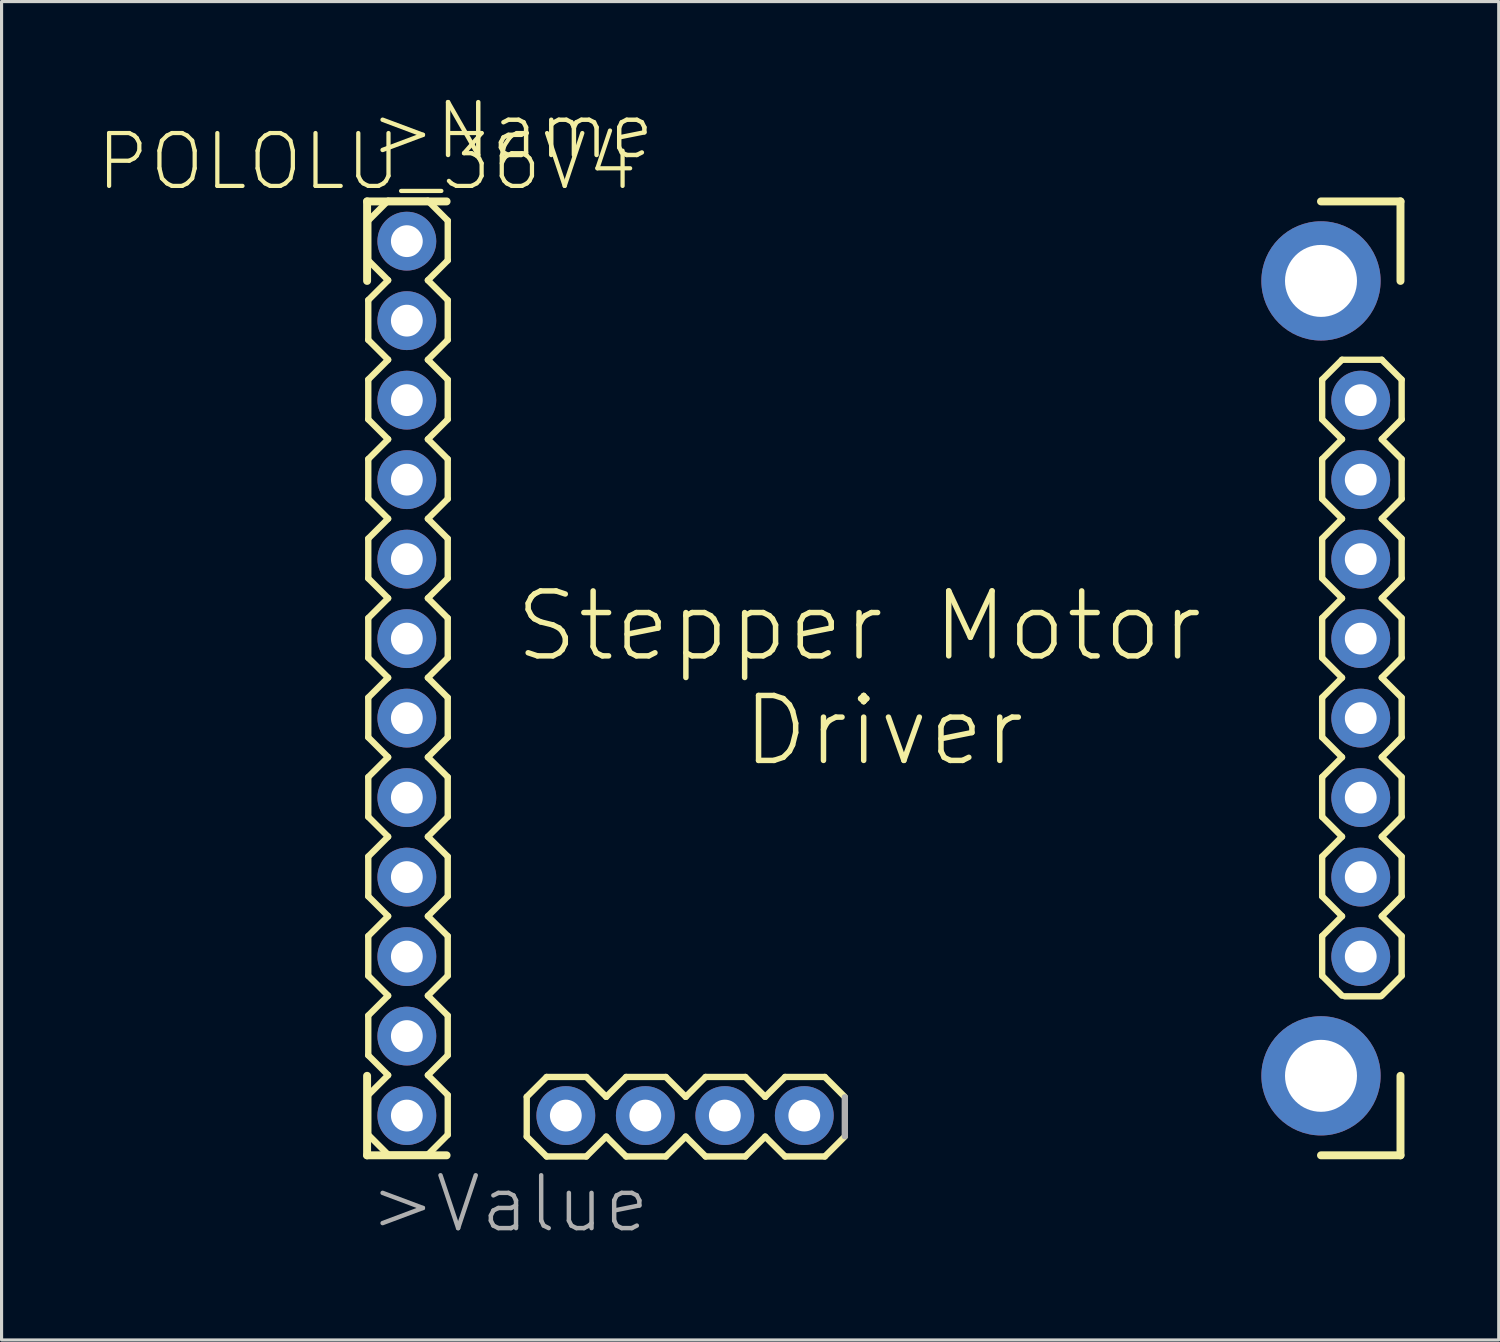
<source format=kicad_pcb>
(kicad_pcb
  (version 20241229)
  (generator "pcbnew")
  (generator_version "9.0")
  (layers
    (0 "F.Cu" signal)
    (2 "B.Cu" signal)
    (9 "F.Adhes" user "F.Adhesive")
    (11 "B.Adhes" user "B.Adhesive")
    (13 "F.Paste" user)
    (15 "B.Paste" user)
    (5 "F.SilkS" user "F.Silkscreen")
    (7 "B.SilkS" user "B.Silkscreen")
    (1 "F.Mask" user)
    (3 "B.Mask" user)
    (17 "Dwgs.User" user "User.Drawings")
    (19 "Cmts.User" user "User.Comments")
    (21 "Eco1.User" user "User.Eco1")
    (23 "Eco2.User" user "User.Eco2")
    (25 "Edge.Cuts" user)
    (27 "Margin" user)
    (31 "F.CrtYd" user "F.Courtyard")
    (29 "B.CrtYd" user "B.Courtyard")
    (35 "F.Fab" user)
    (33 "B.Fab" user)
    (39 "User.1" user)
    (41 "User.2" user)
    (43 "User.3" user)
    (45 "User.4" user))
  (footprint "POLOLU_36V4"
    (layer "F.Cu")
    (at 25.19 18.626)
    (property "Reference" "POLOLU_36V4" (at -16.51 -16.51 0) (layer "F.SilkS") (effects (font (size 1.689 1.689) (thickness 0.135))))
    (attr through_hole)
    (fp_line (start -16.51 -15.24) (end -13.97 -15.24) (stroke (width 0.254) (type solid)) (layer "F.SilkS"))
    (fp_line (start -16.51 -12.7) (end -16.51 -15.24) (stroke (width 0.254) (type solid)) (layer "F.SilkS"))
    (fp_line (start -16.51 15.24) (end -16.51 12.7) (stroke (width 0.254) (type solid)) (layer "F.SilkS"))
    (fp_line (start -16.473 -14.626) (end -15.838 -15.261) (stroke (width 0.203) (type solid)) (layer "F.SilkS"))
    (fp_line (start -16.473 -13.356) (end -16.473 -14.626) (stroke (width 0.203) (type solid)) (layer "F.SilkS"))
    (fp_line (start -16.473 -13.356) (end -15.838 -12.721) (stroke (width 0.203) (type solid)) (layer "F.SilkS"))
    (fp_line (start -16.473 -12.086) (end -15.838 -12.721) (stroke (width 0.203) (type solid)) (layer "F.SilkS"))
    (fp_line (start -16.473 -10.816) (end -16.473 -12.086) (stroke (width 0.203) (type solid)) (layer "F.SilkS"))
    (fp_line (start -16.473 -10.816) (end -15.838 -10.181) (stroke (width 0.203) (type solid)) (layer "F.SilkS"))
    (fp_line (start -16.473 -9.546) (end -15.838 -10.181) (stroke (width 0.203) (type solid)) (layer "F.SilkS"))
    (fp_line (start -16.473 -8.276) (end -16.473 -9.546) (stroke (width 0.203) (type solid)) (layer "F.SilkS"))
    (fp_line (start -16.473 -8.276) (end -15.838 -7.641) (stroke (width 0.203) (type solid)) (layer "F.SilkS"))
    (fp_line (start -16.473 -7.006) (end -15.838 -7.641) (stroke (width 0.203) (type solid)) (layer "F.SilkS"))
    (fp_line (start -16.473 -5.736) (end -16.473 -7.006) (stroke (width 0.203) (type solid)) (layer "F.SilkS"))
    (fp_line (start -16.473 -5.736) (end -15.838 -5.101) (stroke (width 0.203) (type solid)) (layer "F.SilkS"))
    (fp_line (start -16.473 -4.466) (end -15.838 -5.101) (stroke (width 0.203) (type solid)) (layer "F.SilkS"))
    (fp_line (start -16.473 -3.196) (end -16.473 -4.466) (stroke (width 0.203) (type solid)) (layer "F.SilkS"))
    (fp_line (start -16.473 -3.196) (end -15.838 -2.561) (stroke (width 0.203) (type solid)) (layer "F.SilkS"))
    (fp_line (start -16.473 -1.926) (end -15.838 -2.561) (stroke (width 0.203) (type solid)) (layer "F.SilkS"))
    (fp_line (start -16.473 -0.656) (end -16.473 -1.926) (stroke (width 0.203) (type solid)) (layer "F.SilkS"))
    (fp_line (start -16.473 -0.656) (end -15.838 -0.021) (stroke (width 0.203) (type solid)) (layer "F.SilkS"))
    (fp_line (start -16.473 0.614) (end -15.838 -0.021) (stroke (width 0.203) (type solid)) (layer "F.SilkS"))
    (fp_line (start -16.473 1.884) (end -16.473 0.614) (stroke (width 0.203) (type solid)) (layer "F.SilkS"))
    (fp_line (start -16.473 3.154) (end -15.838 2.519) (stroke (width 0.203) (type solid)) (layer "F.SilkS"))
    (fp_line (start -16.473 4.424) (end -16.473 3.154) (stroke (width 0.203) (type solid)) (layer "F.SilkS"))
    (fp_line (start -16.473 5.694) (end -15.838 5.059) (stroke (width 0.203) (type solid)) (layer "F.SilkS"))
    (fp_line (start -16.473 6.964) (end -16.473 5.694) (stroke (width 0.203) (type solid)) (layer "F.SilkS"))
    (fp_line (start -16.473 6.964) (end -15.838 7.599) (stroke (width 0.203) (type solid)) (layer "F.SilkS"))
    (fp_line (start -16.473 8.234) (end -15.838 7.599) (stroke (width 0.203) (type solid)) (layer "F.SilkS"))
    (fp_line (start -16.473 9.504) (end -16.473 8.234) (stroke (width 0.203) (type solid)) (layer "F.SilkS"))
    (fp_line (start -16.473 10.774) (end -15.838 10.139) (stroke (width 0.203) (type solid)) (layer "F.SilkS"))
    (fp_line (start -16.473 12.044) (end -16.473 10.774) (stroke (width 0.203) (type solid)) (layer "F.SilkS"))
    (fp_line (start -16.473 13.314) (end -15.838 12.679) (stroke (width 0.203) (type solid)) (layer "F.SilkS"))
    (fp_line (start -16.473 14.584) (end -16.473 13.314) (stroke (width 0.203) (type solid)) (layer "F.SilkS"))
    (fp_line (start -16.473 14.584) (end -15.838 15.219) (stroke (width 0.203) (type solid)) (layer "F.SilkS"))
    (fp_line (start -15.838 -15.261) (end -14.568 -15.261) (stroke (width 0.203) (type solid)) (layer "F.SilkS"))
    (fp_line (start -15.838 2.519) (end -16.473 1.884) (stroke (width 0.203) (type solid)) (layer "F.SilkS"))
    (fp_line (start -15.838 5.059) (end -16.473 4.424) (stroke (width 0.203) (type solid)) (layer "F.SilkS"))
    (fp_line (start -15.838 10.139) (end -16.473 9.504) (stroke (width 0.203) (type solid)) (layer "F.SilkS"))
    (fp_line (start -15.838 12.679) (end -16.473 12.044) (stroke (width 0.203) (type solid)) (layer "F.SilkS"))
    (fp_line (start -15.838 15.219) (end -14.568 15.219) (stroke (width 0.203) (type solid)) (layer "F.SilkS"))
    (fp_line (start -14.568 -15.261) (end -13.933 -14.626) (stroke (width 0.203) (type solid)) (layer "F.SilkS"))
    (fp_line (start -14.568 -12.721) (end -13.933 -13.356) (stroke (width 0.203) (type solid)) (layer "F.SilkS"))
    (fp_line (start -14.568 -12.721) (end -13.933 -12.086) (stroke (width 0.203) (type solid)) (layer "F.SilkS"))
    (fp_line (start -14.568 -10.181) (end -13.933 -10.816) (stroke (width 0.203) (type solid)) (layer "F.SilkS"))
    (fp_line (start -14.568 -10.181) (end -13.933 -9.546) (stroke (width 0.203) (type solid)) (layer "F.SilkS"))
    (fp_line (start -14.568 -7.641) (end -13.933 -8.276) (stroke (width 0.203) (type solid)) (layer "F.SilkS"))
    (fp_line (start -14.568 -7.641) (end -13.933 -7.006) (stroke (width 0.203) (type solid)) (layer "F.SilkS"))
    (fp_line (start -14.568 -5.101) (end -13.933 -5.736) (stroke (width 0.203) (type solid)) (layer "F.SilkS"))
    (fp_line (start -14.568 -5.101) (end -13.933 -4.466) (stroke (width 0.203) (type solid)) (layer "F.SilkS"))
    (fp_line (start -14.568 -2.561) (end -13.933 -3.196) (stroke (width 0.203) (type solid)) (layer "F.SilkS"))
    (fp_line (start -14.568 -2.561) (end -13.933 -1.926) (stroke (width 0.203) (type solid)) (layer "F.SilkS"))
    (fp_line (start -14.568 -0.021) (end -13.933 -0.656) (stroke (width 0.203) (type solid)) (layer "F.SilkS"))
    (fp_line (start -14.568 -0.021) (end -13.933 0.614) (stroke (width 0.203) (type solid)) (layer "F.SilkS"))
    (fp_line (start -14.568 2.519) (end -13.933 3.154) (stroke (width 0.203) (type solid)) (layer "F.SilkS"))
    (fp_line (start -14.568 5.059) (end -13.933 5.694) (stroke (width 0.203) (type solid)) (layer "F.SilkS"))
    (fp_line (start -14.568 7.599) (end -13.933 6.964) (stroke (width 0.203) (type solid)) (layer "F.SilkS"))
    (fp_line (start -14.568 7.599) (end -13.933 8.234) (stroke (width 0.203) (type solid)) (layer "F.SilkS"))
    (fp_line (start -14.568 10.139) (end -13.933 10.774) (stroke (width 0.203) (type solid)) (layer "F.SilkS"))
    (fp_line (start -14.568 12.679) (end -13.933 13.314) (stroke (width 0.203) (type solid)) (layer "F.SilkS"))
    (fp_line (start -14.568 15.219) (end -13.933 14.584) (stroke (width 0.203) (type solid)) (layer "F.SilkS"))
    (fp_line (start -13.97 15.24) (end -16.51 15.24) (stroke (width 0.254) (type solid)) (layer "F.SilkS"))
    (fp_line (start -13.933 -14.626) (end -13.933 -13.356) (stroke (width 0.203) (type solid)) (layer "F.SilkS"))
    (fp_line (start -13.933 -12.086) (end -13.933 -10.816) (stroke (width 0.203) (type solid)) (layer "F.SilkS"))
    (fp_line (start -13.933 -9.546) (end -13.933 -8.276) (stroke (width 0.203) (type solid)) (layer "F.SilkS"))
    (fp_line (start -13.933 -7.006) (end -13.933 -5.736) (stroke (width 0.203) (type solid)) (layer "F.SilkS"))
    (fp_line (start -13.933 -4.466) (end -13.933 -3.196) (stroke (width 0.203) (type solid)) (layer "F.SilkS"))
    (fp_line (start -13.933 -1.926) (end -13.933 -0.656) (stroke (width 0.203) (type solid)) (layer "F.SilkS"))
    (fp_line (start -13.933 0.614) (end -13.933 1.884) (stroke (width 0.203) (type solid)) (layer "F.SilkS"))
    (fp_line (start -13.933 1.884) (end -14.568 2.519) (stroke (width 0.203) (type solid)) (layer "F.SilkS"))
    (fp_line (start -13.933 3.154) (end -13.933 4.424) (stroke (width 0.203) (type solid)) (layer "F.SilkS"))
    (fp_line (start -13.933 4.424) (end -14.568 5.059) (stroke (width 0.203) (type solid)) (layer "F.SilkS"))
    (fp_line (start -13.933 5.694) (end -13.933 6.964) (stroke (width 0.203) (type solid)) (layer "F.SilkS"))
    (fp_line (start -13.933 8.234) (end -13.933 9.504) (stroke (width 0.203) (type solid)) (layer "F.SilkS"))
    (fp_line (start -13.933 9.504) (end -14.568 10.139) (stroke (width 0.203) (type solid)) (layer "F.SilkS"))
    (fp_line (start -13.933 10.774) (end -13.933 12.044) (stroke (width 0.203) (type solid)) (layer "F.SilkS"))
    (fp_line (start -13.933 12.044) (end -14.568 12.679) (stroke (width 0.203) (type solid)) (layer "F.SilkS"))
    (fp_line (start -13.933 13.314) (end -13.933 14.584) (stroke (width 0.203) (type solid)) (layer "F.SilkS"))
    (fp_line (start -11.409 13.372) (end -11.409 14.642) (stroke (width 0.203) (type solid)) (layer "F.SilkS"))
    (fp_line (start -11.409 14.642) (end -10.774 15.277) (stroke (width 0.203) (type solid)) (layer "F.SilkS"))
    (fp_line (start -10.774 12.737) (end -11.409 13.372) (stroke (width 0.203) (type solid)) (layer "F.SilkS"))
    (fp_line (start -10.774 12.737) (end -9.504 12.737) (stroke (width 0.203) (type solid)) (layer "F.SilkS"))
    (fp_line (start -9.504 12.737) (end -8.869 13.372) (stroke (width 0.203) (type solid)) (layer "F.SilkS"))
    (fp_line (start -9.504 15.277) (end -10.774 15.277) (stroke (width 0.203) (type solid)) (layer "F.SilkS"))
    (fp_line (start -8.869 13.372) (end -8.234 12.737) (stroke (width 0.203) (type solid)) (layer "F.SilkS"))
    (fp_line (start -8.869 14.642) (end -9.504 15.277) (stroke (width 0.203) (type solid)) (layer "F.SilkS"))
    (fp_line (start -8.234 12.737) (end -6.964 12.737) (stroke (width 0.203) (type solid)) (layer "F.SilkS"))
    (fp_line (start -8.234 15.277) (end -8.869 14.642) (stroke (width 0.203) (type solid)) (layer "F.SilkS"))
    (fp_line (start -6.964 12.737) (end -6.329 13.372) (stroke (width 0.203) (type solid)) (layer "F.SilkS"))
    (fp_line (start -6.964 15.277) (end -8.234 15.277) (stroke (width 0.203) (type solid)) (layer "F.SilkS"))
    (fp_line (start -6.329 13.372) (end -5.694 12.737) (stroke (width 0.203) (type solid)) (layer "F.SilkS"))
    (fp_line (start -6.329 14.642) (end -6.964 15.277) (stroke (width 0.203) (type solid)) (layer "F.SilkS"))
    (fp_line (start -5.694 12.737) (end -4.424 12.737) (stroke (width 0.203) (type solid)) (layer "F.SilkS"))
    (fp_line (start -5.694 15.277) (end -6.329 14.642) (stroke (width 0.203) (type solid)) (layer "F.SilkS"))
    (fp_line (start -4.424 12.737) (end -3.789 13.372) (stroke (width 0.203) (type solid)) (layer "F.SilkS"))
    (fp_line (start -4.424 15.277) (end -5.694 15.277) (stroke (width 0.203) (type solid)) (layer "F.SilkS"))
    (fp_line (start -3.789 14.642) (end -4.424 15.277) (stroke (width 0.203) (type solid)) (layer "F.SilkS"))
    (fp_line (start -3.789 14.642) (end -3.154 15.277) (stroke (width 0.203) (type solid)) (layer "F.SilkS"))
    (fp_line (start -3.154 12.737) (end -3.789 13.372) (stroke (width 0.203) (type solid)) (layer "F.SilkS"))
    (fp_line (start -3.154 12.737) (end -1.884 12.737) (stroke (width 0.203) (type solid)) (layer "F.SilkS"))
    (fp_line (start -1.884 12.737) (end -1.249 13.372) (stroke (width 0.203) (type solid)) (layer "F.SilkS"))
    (fp_line (start -1.884 15.277) (end -3.154 15.277) (stroke (width 0.203) (type solid)) (layer "F.SilkS"))
    (fp_line (start -1.249 14.642) (end -1.884 15.277) (stroke (width 0.203) (type solid)) (layer "F.SilkS"))
    (fp_line (start 13.97 -15.24) (end 16.51 -15.24) (stroke (width 0.254) (type solid)) (layer "F.SilkS"))
    (fp_line (start 13.97 15.24) (end 16.51 15.24) (stroke (width 0.254) (type solid)) (layer "F.SilkS"))
    (fp_line (start 14.007 -9.546) (end 14.642 -10.181) (stroke (width 0.203) (type solid)) (layer "F.SilkS"))
    (fp_line (start 14.007 -8.276) (end 14.007 -9.546) (stroke (width 0.203) (type solid)) (layer "F.SilkS"))
    (fp_line (start 14.007 -8.276) (end 14.642 -7.641) (stroke (width 0.203) (type solid)) (layer "F.SilkS"))
    (fp_line (start 14.007 -7.006) (end 14.642 -7.641) (stroke (width 0.203) (type solid)) (layer "F.SilkS"))
    (fp_line (start 14.007 -5.736) (end 14.007 -7.006) (stroke (width 0.203) (type solid)) (layer "F.SilkS"))
    (fp_line (start 14.007 -5.736) (end 14.642 -5.101) (stroke (width 0.203) (type solid)) (layer "F.SilkS"))
    (fp_line (start 14.007 -4.466) (end 14.642 -5.101) (stroke (width 0.203) (type solid)) (layer "F.SilkS"))
    (fp_line (start 14.007 -3.196) (end 14.007 -4.466) (stroke (width 0.203) (type solid)) (layer "F.SilkS"))
    (fp_line (start 14.007 -3.196) (end 14.642 -2.561) (stroke (width 0.203) (type solid)) (layer "F.SilkS"))
    (fp_line (start 14.007 -1.926) (end 14.642 -2.561) (stroke (width 0.203) (type solid)) (layer "F.SilkS"))
    (fp_line (start 14.007 -0.656) (end 14.007 -1.926) (stroke (width 0.203) (type solid)) (layer "F.SilkS"))
    (fp_line (start 14.007 -0.656) (end 14.642 -0.021) (stroke (width 0.203) (type solid)) (layer "F.SilkS"))
    (fp_line (start 14.007 0.614) (end 14.642 -0.021) (stroke (width 0.203) (type solid)) (layer "F.SilkS"))
    (fp_line (start 14.007 1.884) (end 14.007 0.614) (stroke (width 0.203) (type solid)) (layer "F.SilkS"))
    (fp_line (start 14.007 1.884) (end 14.642 2.519) (stroke (width 0.203) (type solid)) (layer "F.SilkS"))
    (fp_line (start 14.007 3.154) (end 14.642 2.519) (stroke (width 0.203) (type solid)) (layer "F.SilkS"))
    (fp_line (start 14.007 4.424) (end 14.007 3.154) (stroke (width 0.203) (type solid)) (layer "F.SilkS"))
    (fp_line (start 14.007 4.424) (end 14.642 5.059) (stroke (width 0.203) (type solid)) (layer "F.SilkS"))
    (fp_line (start 14.007 5.694) (end 14.642 5.059) (stroke (width 0.203) (type solid)) (layer "F.SilkS"))
    (fp_line (start 14.007 6.964) (end 14.007 5.694) (stroke (width 0.203) (type solid)) (layer "F.SilkS"))
    (fp_line (start 14.007 8.234) (end 14.642 7.599) (stroke (width 0.203) (type solid)) (layer "F.SilkS"))
    (fp_line (start 14.007 9.504) (end 14.007 8.234) (stroke (width 0.203) (type solid)) (layer "F.SilkS"))
    (fp_line (start 14.642 -10.181) (end 15.912 -10.181) (stroke (width 0.203) (type solid)) (layer "F.SilkS"))
    (fp_line (start 14.642 7.599) (end 14.007 6.964) (stroke (width 0.203) (type solid)) (layer "F.SilkS"))
    (fp_line (start 14.642 10.139) (end 14.007 9.504) (stroke (width 0.203) (type solid)) (layer "F.SilkS"))
    (fp_line (start 14.732 10.16) (end 15.875 10.16) (stroke (width 0.203) (type solid)) (layer "F.SilkS"))
    (fp_line (start 15.912 -10.181) (end 16.547 -9.546) (stroke (width 0.203) (type solid)) (layer "F.SilkS"))
    (fp_line (start 15.912 -7.641) (end 16.547 -8.276) (stroke (width 0.203) (type solid)) (layer "F.SilkS"))
    (fp_line (start 15.912 -7.641) (end 16.547 -7.006) (stroke (width 0.203) (type solid)) (layer "F.SilkS"))
    (fp_line (start 15.912 -5.101) (end 16.547 -5.736) (stroke (width 0.203) (type solid)) (layer "F.SilkS"))
    (fp_line (start 15.912 -5.101) (end 16.547 -4.466) (stroke (width 0.203) (type solid)) (layer "F.SilkS"))
    (fp_line (start 15.912 -2.561) (end 16.547 -3.196) (stroke (width 0.203) (type solid)) (layer "F.SilkS"))
    (fp_line (start 15.912 -2.561) (end 16.547 -1.926) (stroke (width 0.203) (type solid)) (layer "F.SilkS"))
    (fp_line (start 15.912 -0.021) (end 16.547 -0.656) (stroke (width 0.203) (type solid)) (layer "F.SilkS"))
    (fp_line (start 15.912 -0.021) (end 16.547 0.614) (stroke (width 0.203) (type solid)) (layer "F.SilkS"))
    (fp_line (start 15.912 2.519) (end 16.547 1.884) (stroke (width 0.203) (type solid)) (layer "F.SilkS"))
    (fp_line (start 15.912 2.519) (end 16.547 3.154) (stroke (width 0.203) (type solid)) (layer "F.SilkS"))
    (fp_line (start 15.912 5.059) (end 16.547 4.424) (stroke (width 0.203) (type solid)) (layer "F.SilkS"))
    (fp_line (start 15.912 5.059) (end 16.547 5.694) (stroke (width 0.203) (type solid)) (layer "F.SilkS"))
    (fp_line (start 15.912 7.599) (end 16.547 8.234) (stroke (width 0.203) (type solid)) (layer "F.SilkS"))
    (fp_line (start 16.51 -15.24) (end 16.51 -12.7) (stroke (width 0.254) (type solid)) (layer "F.SilkS"))
    (fp_line (start 16.51 15.24) (end 16.51 12.7) (stroke (width 0.254) (type solid)) (layer "F.SilkS"))
    (fp_line (start 16.547 -9.546) (end 16.547 -8.276) (stroke (width 0.203) (type solid)) (layer "F.SilkS"))
    (fp_line (start 16.547 -7.006) (end 16.547 -5.736) (stroke (width 0.203) (type solid)) (layer "F.SilkS"))
    (fp_line (start 16.547 -4.466) (end 16.547 -3.196) (stroke (width 0.203) (type solid)) (layer "F.SilkS"))
    (fp_line (start 16.547 -1.926) (end 16.547 -0.656) (stroke (width 0.203) (type solid)) (layer "F.SilkS"))
    (fp_line (start 16.547 0.614) (end 16.547 1.884) (stroke (width 0.203) (type solid)) (layer "F.SilkS"))
    (fp_line (start 16.547 3.154) (end 16.547 4.424) (stroke (width 0.203) (type solid)) (layer "F.SilkS"))
    (fp_line (start 16.547 5.694) (end 16.547 6.964) (stroke (width 0.203) (type solid)) (layer "F.SilkS"))
    (fp_line (start 16.547 6.964) (end 15.912 7.599) (stroke (width 0.203) (type solid)) (layer "F.SilkS"))
    (fp_line (start 16.547 8.234) (end 16.547 9.504) (stroke (width 0.203) (type solid)) (layer "F.SilkS"))
    (fp_line (start 16.547 9.504) (end 15.912 10.139) (stroke (width 0.203) (type solid)) (layer "F.SilkS"))
    (fp_line (start -1.245 13.386) (end -1.245 14.63) (stroke (width 0.203) (type solid)) (layer "F.Fab"))
    (fp_poly (pts (xy -14.949 -13.737) (xy -14.949 -14.245) (xy -15.457 -14.245) (xy -15.457 -13.737)) (stroke (width 0.1) (type solid)) (fill no) (layer "F.Fab"))
    (fp_poly (pts (xy -14.949 -11.197) (xy -14.949 -11.705) (xy -15.457 -11.705) (xy -15.457 -11.197)) (stroke (width 0.1) (type solid)) (fill no) (layer "F.Fab"))
    (fp_poly (pts (xy -14.949 -8.657) (xy -14.949 -9.165) (xy -15.457 -9.165) (xy -15.457 -8.657)) (stroke (width 0.1) (type solid)) (fill no) (layer "F.Fab"))
    (fp_poly (pts (xy -14.949 -6.117) (xy -14.949 -6.625) (xy -15.457 -6.625) (xy -15.457 -6.117)) (stroke (width 0.1) (type solid)) (fill no) (layer "F.Fab"))
    (fp_poly (pts (xy -14.949 -3.577) (xy -14.949 -4.085) (xy -15.457 -4.085) (xy -15.457 -3.577)) (stroke (width 0.1) (type solid)) (fill no) (layer "F.Fab"))
    (fp_poly (pts (xy -14.949 -1.037) (xy -14.949 -1.545) (xy -15.457 -1.545) (xy -15.457 -1.037)) (stroke (width 0.1) (type solid)) (fill no) (layer "F.Fab"))
    (fp_poly (pts (xy -14.949 1.503) (xy -14.949 0.995) (xy -15.457 0.995) (xy -15.457 1.503)) (stroke (width 0.1) (type solid)) (fill no) (layer "F.Fab"))
    (fp_poly (pts (xy -14.949 4.043) (xy -14.949 3.535) (xy -15.457 3.535) (xy -15.457 4.043)) (stroke (width 0.1) (type solid)) (fill no) (layer "F.Fab"))
    (fp_poly (pts (xy -14.949 6.583) (xy -14.949 6.075) (xy -15.457 6.075) (xy -15.457 6.583)) (stroke (width 0.1) (type solid)) (fill no) (layer "F.Fab"))
    (fp_poly (pts (xy -14.949 9.123) (xy -14.949 8.615) (xy -15.457 8.615) (xy -15.457 9.123)) (stroke (width 0.1) (type solid)) (fill no) (layer "F.Fab"))
    (fp_poly (pts (xy -14.949 11.663) (xy -14.949 11.155) (xy -15.457 11.155) (xy -15.457 11.663)) (stroke (width 0.1) (type solid)) (fill no) (layer "F.Fab"))
    (fp_poly (pts (xy -14.949 14.203) (xy -14.949 13.695) (xy -15.457 13.695) (xy -15.457 14.203)) (stroke (width 0.1) (type solid)) (fill no) (layer "F.Fab"))
    (fp_poly (pts (xy -10.393 14.261) (xy -9.885 14.261) (xy -9.885 13.753) (xy -10.393 13.753)) (stroke (width 0.1) (type solid)) (fill no) (layer "F.Fab"))
    (fp_poly (pts (xy -7.853 14.261) (xy -7.345 14.261) (xy -7.345 13.753) (xy -7.853 13.753)) (stroke (width 0.1) (type solid)) (fill no) (layer "F.Fab"))
    (fp_poly (pts (xy -5.313 14.261) (xy -4.805 14.261) (xy -4.805 13.753) (xy -5.313 13.753)) (stroke (width 0.1) (type solid)) (fill no) (layer "F.Fab"))
    (fp_poly (pts (xy -2.773 14.261) (xy -2.265 14.261) (xy -2.265 13.753) (xy -2.773 13.753)) (stroke (width 0.1) (type solid)) (fill no) (layer "F.Fab"))
    (fp_poly (pts (xy 15.531 -8.657) (xy 15.531 -9.165) (xy 15.023 -9.165) (xy 15.023 -8.657)) (stroke (width 0.1) (type solid)) (fill no) (layer "F.Fab"))
    (fp_poly (pts (xy 15.531 -6.117) (xy 15.531 -6.625) (xy 15.023 -6.625) (xy 15.023 -6.117)) (stroke (width 0.1) (type solid)) (fill no) (layer "F.Fab"))
    (fp_poly (pts (xy 15.531 -3.577) (xy 15.531 -4.085) (xy 15.023 -4.085) (xy 15.023 -3.577)) (stroke (width 0.1) (type solid)) (fill no) (layer "F.Fab"))
    (fp_poly (pts (xy 15.531 -1.037) (xy 15.531 -1.545) (xy 15.023 -1.545) (xy 15.023 -1.037)) (stroke (width 0.1) (type solid)) (fill no) (layer "F.Fab"))
    (fp_poly (pts (xy 15.531 1.503) (xy 15.531 0.995) (xy 15.023 0.995) (xy 15.023 1.503)) (stroke (width 0.1) (type solid)) (fill no) (layer "F.Fab"))
    (fp_poly (pts (xy 15.531 4.043) (xy 15.531 3.535) (xy 15.023 3.535) (xy 15.023 4.043)) (stroke (width 0.1) (type solid)) (fill no) (layer "F.Fab"))
    (fp_poly (pts (xy 15.531 6.583) (xy 15.531 6.075) (xy 15.023 6.075) (xy 15.023 6.583)) (stroke (width 0.1) (type solid)) (fill no) (layer "F.Fab"))
    (fp_poly (pts (xy 15.531 9.123) (xy 15.531 8.615) (xy 15.023 8.615) (xy 15.023 9.123)) (stroke (width 0.1) (type solid)) (fill no) (layer "F.Fab"))
    (fp_text user ">Name" (at -16.51 -16.51 0) (layer "F.SilkS") (effects (font (size 1.689 1.689) (thickness 0.142)) (justify left bottom)))
    (fp_text user "Stepper Motor \nDriver" (at 0 0 0) (layer "F.SilkS") (effects (font (size 2.075 2.075) (thickness 0.175))))
    (fp_text user ">Value" (at -16.51 17.78 0) (layer "F.Fab") (effects (font (size 1.689 1.689) (thickness 0.142)) (justify left bottom)))
    (pad "1" thru_hole circle (at -15.24 -13.97 180) (size 1.88 1.88) (drill 1.016) (layers "*.Cu" "*.Mask"))
    (pad "2" thru_hole circle (at -15.24 -11.43 180) (size 1.88 1.88) (drill 1.016) (layers "*.Cu" "*.Mask"))
    (pad "3" thru_hole circle (at -15.24 -8.89 180) (size 1.88 1.88) (drill 1.016) (layers "*.Cu" "*.Mask"))
    (pad "4" thru_hole circle (at -15.24 -6.35 180) (size 1.88 1.88) (drill 1.016) (layers "*.Cu" "*.Mask"))
    (pad "5" thru_hole circle (at -15.24 -3.81 180) (size 1.88 1.88) (drill 1.016) (layers "*.Cu" "*.Mask"))
    (pad "6" thru_hole circle (at -15.24 -1.27 180) (size 1.88 1.88) (drill 1.016) (layers "*.Cu" "*.Mask"))
    (pad "7" thru_hole circle (at -15.24 1.27 180) (size 1.88 1.88) (drill 1.016) (layers "*.Cu" "*.Mask"))
    (pad "8" thru_hole circle (at -15.24 3.81 180) (size 1.88 1.88) (drill 1.016) (layers "*.Cu" "*.Mask"))
    (pad "9" thru_hole circle (at -15.24 6.35 180) (size 1.88 1.88) (drill 1.016) (layers "*.Cu" "*.Mask"))
    (pad "10" thru_hole circle (at -15.24 8.89 180) (size 1.88 1.88) (drill 1.016) (layers "*.Cu" "*.Mask"))
    (pad "11" thru_hole circle (at -15.24 11.43 180) (size 1.88 1.88) (drill 1.016) (layers "*.Cu" "*.Mask"))
    (pad "12" thru_hole circle (at -15.24 13.97 180) (size 1.88 1.88) (drill 1.016) (layers "*.Cu" "*.Mask"))
    (pad "13" thru_hole circle (at -10.16 13.97 90) (size 1.88 1.88) (drill 1.016) (layers "*.Cu" "*.Mask"))
    (pad "14" thru_hole circle (at -7.62 13.97 90) (size 1.88 1.88) (drill 1.016) (layers "*.Cu" "*.Mask"))
    (pad "15" thru_hole circle (at -5.08 13.97 90) (size 1.88 1.88) (drill 1.016) (layers "*.Cu" "*.Mask"))
    (pad "16" thru_hole circle (at -2.54 13.97 90) (size 1.88 1.88) (drill 1.016) (layers "*.Cu" "*.Mask"))
    (pad "17" thru_hole circle (at 15.24 8.89 180) (size 1.88 1.88) (drill 1.016) (layers "*.Cu" "*.Mask"))
    (pad "18" thru_hole circle (at 15.24 6.35 180) (size 1.88 1.88) (drill 1.016) (layers "*.Cu" "*.Mask"))
    (pad "19" thru_hole circle (at 15.24 3.81 180) (size 1.88 1.88) (drill 1.016) (layers "*.Cu" "*.Mask"))
    (pad "20" thru_hole circle (at 15.24 1.27 180) (size 1.88 1.88) (drill 1.016) (layers "*.Cu" "*.Mask"))
    (pad "21" thru_hole circle (at 15.24 -1.27 180) (size 1.88 1.88) (drill 1.016) (layers "*.Cu" "*.Mask"))
    (pad "22" thru_hole circle (at 15.24 -3.81 180) (size 1.88 1.88) (drill 1.016) (layers "*.Cu" "*.Mask"))
    (pad "23" thru_hole circle (at 15.24 -6.35 180) (size 1.88 1.88) (drill 1.016) (layers "*.Cu" "*.Mask"))
    (pad "24" thru_hole circle (at 15.24 -8.89 180) (size 1.88 1.88) (drill 1.016) (layers "*.Cu" "*.Mask"))
    (pad "MOUNT_1" thru_hole circle (at 13.97 12.7) (size 3.81 3.81) (drill 2.3) (layers "*.Cu" "*.Mask"))
    (pad "MOUNT_2" thru_hole circle (at 13.97 -12.7) (size 3.81 3.81) (drill 2.3) (layers "*.Cu" "*.Mask")))
  (gr_rect
    (start -3 -3)
    (end 44.839 39.766)
    (stroke (width 0.1) (type default))
    (fill no)
    (layer "Edge.Cuts")))
</source>
